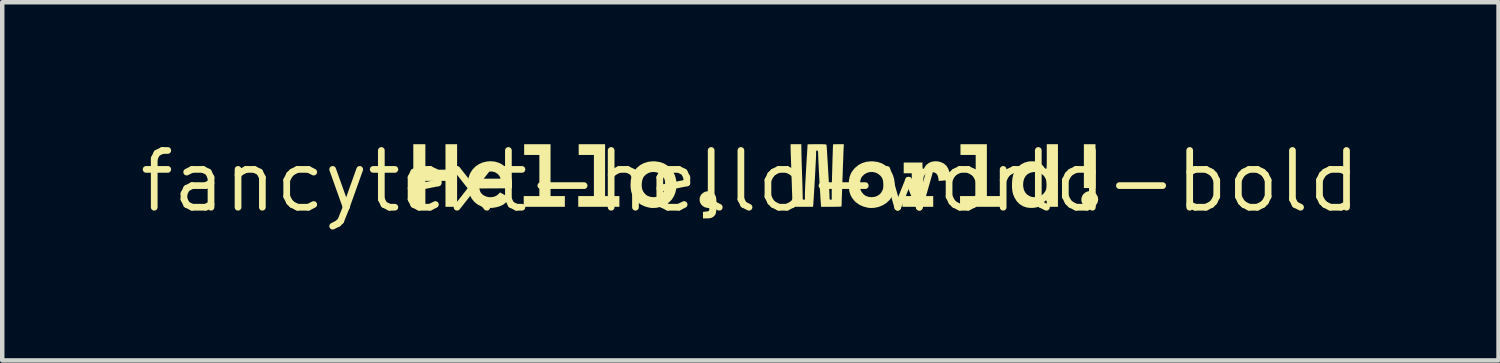
<source format=kicad_pcb>
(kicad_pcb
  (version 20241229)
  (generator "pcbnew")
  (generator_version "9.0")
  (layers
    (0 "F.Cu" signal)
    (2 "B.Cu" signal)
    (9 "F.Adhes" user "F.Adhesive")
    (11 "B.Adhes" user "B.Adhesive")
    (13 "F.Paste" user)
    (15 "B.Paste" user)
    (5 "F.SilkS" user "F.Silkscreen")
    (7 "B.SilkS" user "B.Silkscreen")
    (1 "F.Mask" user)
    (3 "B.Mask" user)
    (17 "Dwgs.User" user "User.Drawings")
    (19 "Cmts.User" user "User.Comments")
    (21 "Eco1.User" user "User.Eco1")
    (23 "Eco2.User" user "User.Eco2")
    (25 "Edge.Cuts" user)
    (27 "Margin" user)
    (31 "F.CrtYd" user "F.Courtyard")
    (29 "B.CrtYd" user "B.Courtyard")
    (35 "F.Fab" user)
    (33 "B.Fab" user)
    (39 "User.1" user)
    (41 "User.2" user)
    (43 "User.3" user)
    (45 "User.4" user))
  (footprint "fancytext-hello-world-bold"
    (layer "F.Cu")
    (at 13.735 1.006)
    (property "Reference" "fancytext-hello-world-bold" (at 0 0 0) (layer "F.SilkS") (effects (font (size 1.27 1.27) (thickness 0.15))))
    (attr board_only exclude_from_pos_files exclude_from_bom)
    (fp_poly (pts (xy 7.46 -0.34) (xy 7.46 -0.83) (xy 7.59 -0.83) (xy 7.72 -0.83) (xy 7.72 -0.34) (xy 7.72 0.15) (xy 7.59 0.15) (xy 7.46 0.15) (xy 7.46 -0.34)) (stroke (width 0) (type solid)) (fill yes) (layer "F.SilkS"))
    (fp_poly (pts (xy -5.07 0.45) (xy -5.07 0.33) (xy -4.895 0.33) (xy -4.72 0.33) (xy -4.72 -0.13) (xy -4.72 -0.59) (xy -4.89 -0.59) (xy -5.06 -0.59) (xy -5.06 -0.71) (xy -5.06 -0.83) (xy -4.765 -0.83) (xy -4.47 -0.83) (xy -4.47 -0.25) (xy -4.47 0.33) (xy -4.31 0.33) (xy -4.15 0.33) (xy -4.15 0.45) (xy -4.15 0.57) (xy -4.61 0.57) (xy -5.07 0.57) (xy -5.07 0.45)) (stroke (width 0) (type solid)) (fill yes) (layer "F.SilkS"))
    (fp_poly (pts (xy -3.85 0.45) (xy -3.85 0.33) (xy -3.675 0.33) (xy -3.5 0.33) (xy -3.5 -0.13) (xy -3.5 -0.59) (xy -3.67 -0.59) (xy -3.84 -0.59) (xy -3.84 -0.71) (xy -3.84 -0.83) (xy -3.545 -0.83) (xy -3.25 -0.83) (xy -3.25 -0.25) (xy -3.25 0.33) (xy -3.09 0.33) (xy -2.93 0.33) (xy -2.93 0.45) (xy -2.93 0.57) (xy -3.39 0.57) (xy -3.85 0.57) (xy -3.85 0.45)) (stroke (width 0) (type solid)) (fill yes) (layer "F.SilkS"))
    (fp_poly (pts (xy 4.69 0.45) (xy 4.69 0.33) (xy 4.865 0.33) (xy 5.04 0.33) (xy 5.04 -0.13) (xy 5.04 -0.59) (xy 4.87 -0.59) (xy 4.7 -0.59) (xy 4.7 -0.71) (xy 4.7 -0.83) (xy 4.995 -0.83) (xy 5.29 -0.83) (xy 5.29 -0.25) (xy 5.29 0.33) (xy 5.45 0.33) (xy 5.61 0.33) (xy 5.61 0.45) (xy 5.61 0.57) (xy 5.15 0.57) (xy 4.69 0.57) (xy 4.69 0.45)) (stroke (width 0) (type solid)) (fill yes) (layer "F.SilkS"))
    (fp_poly (pts (xy 7.54 0.589) (xy 7.484 0.562) (xy 7.441 0.521) (xy 7.413 0.468) (xy 7.404 0.433) (xy 7.405 0.377) (xy 7.425 0.322) (xy 7.453 0.283) (xy 7.498 0.245) (xy 7.549 0.224) (xy 7.603 0.219) (xy 7.655 0.229) (xy 7.703 0.254) (xy 7.742 0.292) (xy 7.769 0.343) (xy 7.771 0.347) (xy 7.78 0.403) (xy 7.772 0.458) (xy 7.75 0.506) (xy 7.716 0.547) (xy 7.672 0.577) (xy 7.621 0.594) (xy 7.566 0.594) (xy 7.54 0.589)) (stroke (width 0) (type solid)) (fill yes) (layer "F.SilkS"))
    (fp_poly (pts (xy -7.54 -0.13) (xy -7.54 -0.83) (xy -7.405 -0.83) (xy -7.27 -0.83) (xy -7.27 -0.545) (xy -7.27 -0.26) (xy -7.045 -0.26) (xy -6.82 -0.26) (xy -6.82 -0.545) (xy -6.82 -0.83) (xy -6.69 -0.83) (xy -6.56 -0.83) (xy -6.56 -0.13) (xy -6.56 0.57) (xy -6.69 0.57) (xy -6.82 0.57) (xy -6.82 0.28) (xy -6.82 -0.01) (xy -7.045 -0.01) (xy -7.27 -0.01) (xy -7.27 0.28) (xy -7.27 0.57) (xy -7.405 0.57) (xy -7.54 0.57) (xy -7.54 -0.13)) (stroke (width 0) (type solid)) (fill yes) (layer "F.SilkS"))
    (fp_poly (pts (xy -1.06 0.756) (xy -1.06 0.683) (xy -0.999 0.677) (xy -0.959 0.672) (xy -0.935 0.665) (xy -0.923 0.652) (xy -0.918 0.631) (xy -0.917 0.626) (xy -0.918 0.608) (xy -0.926 0.6) (xy -0.948 0.596) (xy -0.957 0.595) (xy -1.016 0.582) (xy -1.064 0.554) (xy -1.102 0.516) (xy -1.127 0.469) (xy -1.137 0.418) (xy -1.132 0.364) (xy -1.11 0.312) (xy -1.093 0.289) (xy -1.049 0.251) (xy -0.998 0.228) (xy -0.945 0.221) (xy -0.891 0.229) (xy -0.843 0.252) (xy -0.802 0.289) (xy -0.781 0.322) (xy -0.773 0.341) (xy -0.767 0.361) (xy -0.764 0.385) (xy -0.761 0.418) (xy -0.76 0.463) (xy -0.76 0.524) (xy -0.76 0.528) (xy -0.761 0.597) (xy -0.762 0.649) (xy -0.767 0.689) (xy -0.773 0.719) (xy -0.784 0.742) (xy -0.798 0.763) (xy -0.808 0.774) (xy -0.84 0.801) (xy -0.877 0.819) (xy -0.925 0.828) (xy -0.98 0.83) (xy -1.06 0.83) (xy -1.06 0.756)) (stroke (width 0) (type solid)) (fill yes) (layer "F.SilkS"))
    (fp_poly (pts (xy 3.4 0.45) (xy 3.4 0.33) (xy 3.505 0.33) (xy 3.61 0.33) (xy 3.61 0.075) (xy 3.61 -0.18) (xy 3.52 -0.18) (xy 3.43 -0.18) (xy 3.43 -0.3) (xy 3.43 -0.42) (xy 3.64 -0.42) (xy 3.85 -0.42) (xy 3.85 -0.35) (xy 3.851 -0.313) (xy 3.853 -0.292) (xy 3.859 -0.282) (xy 3.869 -0.28) (xy 3.869 -0.28) (xy 3.887 -0.289) (xy 3.894 -0.306) (xy 3.905 -0.326) (xy 3.925 -0.354) (xy 3.945 -0.375) (xy 3.997 -0.414) (xy 4.059 -0.439) (xy 4.127 -0.449) (xy 4.197 -0.446) (xy 4.265 -0.428) (xy 4.327 -0.398) (xy 4.379 -0.354) (xy 4.385 -0.348) (xy 4.424 -0.287) (xy 4.451 -0.212) (xy 4.466 -0.122) (xy 4.466 -0.116) (xy 4.473 -0.033) (xy 4.414 -0.027) (xy 4.371 -0.022) (xy 4.321 -0.018) (xy 4.284 -0.014) (xy 4.213 -0.008) (xy 4.207 -0.06) (xy 4.193 -0.12) (xy 4.168 -0.164) (xy 4.13 -0.193) (xy 4.079 -0.207) (xy 4.029 -0.208) (xy 3.99 -0.205) (xy 3.964 -0.199) (xy 3.944 -0.187) (xy 3.929 -0.175) (xy 3.909 -0.155) (xy 3.894 -0.136) (xy 3.882 -0.115) (xy 3.874 -0.09) (xy 3.869 -0.057) (xy 3.865 -0.013) (xy 3.863 0.045) (xy 3.862 0.12) (xy 3.862 0.122) (xy 3.858 0.33) (xy 3.974 0.33) (xy 4.09 0.33) (xy 4.09 0.45) (xy 4.09 0.57) (xy 3.745 0.57) (xy 3.4 0.57) (xy 3.4 0.45)) (stroke (width 0) (type solid)) (fill yes) (layer "F.SilkS"))
    (fp_poly (pts (xy -5.714 -0.441) (xy -5.625 -0.414) (xy -5.545 -0.372) (xy -5.476 -0.315) (xy -5.419 -0.245) (xy -5.375 -0.164) (xy -5.345 -0.072) (xy -5.332 0.028) (xy -5.332 0.1) (xy -5.335 0.155) (xy -5.699 0.158) (xy -6.062 0.16) (xy -6.056 0.192) (xy -6.036 0.244) (xy -6.002 0.287) (xy -5.955 0.32) (xy -5.901 0.343) (xy -5.842 0.355) (xy -5.781 0.354) (xy -5.723 0.341) (xy -5.669 0.314) (xy -5.634 0.284) (xy -5.6 0.249) (xy -5.496 0.306) (xy -5.392 0.364) (xy -5.406 0.393) (xy -5.434 0.434) (xy -5.474 0.477) (xy -5.517 0.514) (xy -5.537 0.527) (xy -5.605 0.558) (xy -5.684 0.58) (xy -5.769 0.594) (xy -5.853 0.596) (xy -5.915 0.59) (xy -6.013 0.563) (xy -6.099 0.52) (xy -6.172 0.462) (xy -6.232 0.39) (xy -6.277 0.305) (xy -6.305 0.218) (xy -6.315 0.153) (xy -6.319 0.078) (xy -6.316 0.001) (xy -6.308 -0.06) (xy -6.06 -0.06) (xy -5.589 -0.06) (xy -5.595 -0.083) (xy -5.619 -0.13) (xy -5.659 -0.171) (xy -5.71 -0.201) (xy -5.729 -0.209) (xy -5.769 -0.217) (xy -5.819 -0.22) (xy -5.87 -0.217) (xy -5.914 -0.209) (xy -5.928 -0.204) (xy -5.981 -0.172) (xy -6.025 -0.124) (xy -6.041 -0.098) (xy -6.06 -0.06) (xy -6.308 -0.06) (xy -6.307 -0.068) (xy -6.302 -0.091) (xy -6.268 -0.18) (xy -6.219 -0.259) (xy -6.156 -0.326) (xy -6.08 -0.38) (xy -5.994 -0.42) (xy -5.899 -0.443) (xy -5.812 -0.45)) (stroke (width 0) (type solid)) (fill yes) (layer "F.SilkS"))
    (fp_poly (pts (xy -2.135 -0.447) (xy -2.035 -0.433) (xy -1.946 -0.405) (xy -1.867 -0.36) (xy -1.794 -0.299) (xy -1.783 -0.287) (xy -1.728 -0.215) (xy -1.688 -0.132) (xy -1.662 -0.042) (xy -1.651 0.052) (xy -1.655 0.147) (xy -1.673 0.239) (xy -1.706 0.326) (xy -1.754 0.404) (xy -1.773 0.425) (xy -1.839 0.486) (xy -1.918 0.535) (xy -2.005 0.571) (xy -2.098 0.592) (xy -2.191 0.597) (xy -2.254 0.59) (xy -2.354 0.564) (xy -2.441 0.525) (xy -2.517 0.471) (xy -2.544 0.445) (xy -2.599 0.38) (xy -2.639 0.31) (xy -2.665 0.23) (xy -2.678 0.139) (xy -2.68 0.086) (xy -2.431 0.086) (xy -2.425 0.148) (xy -2.416 0.188) (xy -2.391 0.238) (xy -2.353 0.285) (xy -2.309 0.32) (xy -2.3 0.325) (xy -2.237 0.347) (xy -2.168 0.355) (xy -2.1 0.347) (xy -2.045 0.328) (xy -1.998 0.299) (xy -1.963 0.265) (xy -1.934 0.218) (xy -1.932 0.215) (xy -1.919 0.185) (xy -1.911 0.156) (xy -1.907 0.121) (xy -1.906 0.08) (xy -1.909 0.014) (xy -1.918 -0.037) (xy -1.937 -0.08) (xy -1.965 -0.119) (xy -1.968 -0.122) (xy -2.021 -0.167) (xy -2.081 -0.196) (xy -2.146 -0.209) (xy -2.211 -0.207) (xy -2.274 -0.189) (xy -2.33 -0.157) (xy -2.378 -0.111) (xy -2.396 -0.084) (xy -2.415 -0.037) (xy -2.427 0.022) (xy -2.431 0.086) (xy -2.68 0.086) (xy -2.68 0.075) (xy -2.675 -0.024) (xy -2.657 -0.109) (xy -2.627 -0.185) (xy -2.582 -0.253) (xy -2.539 -0.301) (xy -2.464 -0.364) (xy -2.379 -0.409) (xy -2.285 -0.437) (xy -2.183 -0.448)) (stroke (width 0) (type solid)) (fill yes) (layer "F.SilkS"))
    (fp_poly (pts (xy 2.745 -0.447) (xy 2.845 -0.433) (xy 2.934 -0.405) (xy 3.013 -0.36) (xy 3.086 -0.299) (xy 3.097 -0.287) (xy 3.152 -0.215) (xy 3.192 -0.132) (xy 3.218 -0.042) (xy 3.229 0.052) (xy 3.225 0.147) (xy 3.207 0.239) (xy 3.174 0.326) (xy 3.126 0.404) (xy 3.107 0.425) (xy 3.041 0.486) (xy 2.962 0.535) (xy 2.875 0.571) (xy 2.782 0.592) (xy 2.689 0.597) (xy 2.626 0.59) (xy 2.526 0.564) (xy 2.439 0.525) (xy 2.363 0.471) (xy 2.336 0.445) (xy 2.281 0.38) (xy 2.241 0.31) (xy 2.215 0.23) (xy 2.202 0.139) (xy 2.2 0.086) (xy 2.449 0.086) (xy 2.455 0.148) (xy 2.464 0.188) (xy 2.489 0.238) (xy 2.527 0.285) (xy 2.571 0.32) (xy 2.58 0.325) (xy 2.643 0.347) (xy 2.712 0.355) (xy 2.78 0.347) (xy 2.835 0.328) (xy 2.882 0.299) (xy 2.917 0.265) (xy 2.946 0.218) (xy 2.948 0.215) (xy 2.961 0.185) (xy 2.969 0.156) (xy 2.973 0.121) (xy 2.974 0.08) (xy 2.971 0.014) (xy 2.962 -0.037) (xy 2.943 -0.08) (xy 2.915 -0.119) (xy 2.912 -0.122) (xy 2.859 -0.167) (xy 2.799 -0.196) (xy 2.734 -0.209) (xy 2.669 -0.207) (xy 2.606 -0.189) (xy 2.55 -0.157) (xy 2.502 -0.111) (xy 2.484 -0.084) (xy 2.465 -0.037) (xy 2.453 0.022) (xy 2.449 0.086) (xy 2.2 0.086) (xy 2.2 0.075) (xy 2.205 -0.024) (xy 2.223 -0.109) (xy 2.253 -0.185) (xy 2.298 -0.253) (xy 2.341 -0.301) (xy 2.416 -0.364) (xy 2.501 -0.409) (xy 2.595 -0.437) (xy 2.697 -0.448)) (stroke (width 0) (type solid)) (fill yes) (layer "F.SilkS"))
    (fp_poly (pts (xy 6.88 0.57) (xy 6.63 0.57) (xy 6.63 0.5) (xy 6.629 0.463) (xy 6.627 0.442) (xy 6.621 0.432) (xy 6.611 0.43) (xy 6.611 0.43) (xy 6.594 0.438) (xy 6.574 0.459) (xy 6.567 0.469) (xy 6.519 0.523) (xy 6.459 0.563) (xy 6.432 0.574) (xy 6.375 0.588) (xy 6.308 0.595) (xy 6.24 0.593) (xy 6.181 0.585) (xy 6.097 0.557) (xy 6.025 0.512) (xy 5.963 0.451) (xy 5.913 0.373) (xy 5.905 0.357) (xy 5.877 0.289) (xy 5.86 0.215) (xy 5.852 0.132) (xy 5.852 0.088) (xy 6.101 0.088) (xy 6.102 0.104) (xy 6.115 0.18) (xy 6.144 0.243) (xy 6.187 0.294) (xy 6.245 0.331) (xy 6.288 0.347) (xy 6.347 0.355) (xy 6.412 0.351) (xy 6.472 0.336) (xy 6.484 0.331) (xy 6.527 0.304) (xy 6.567 0.265) (xy 6.6 0.218) (xy 6.608 0.201) (xy 6.619 0.161) (xy 6.624 0.11) (xy 6.624 0.053) (xy 6.619 -0.002) (xy 6.609 -0.047) (xy 6.604 -0.061) (xy 6.566 -0.121) (xy 6.516 -0.166) (xy 6.455 -0.196) (xy 6.383 -0.208) (xy 6.339 -0.208) (xy 6.267 -0.194) (xy 6.207 -0.165) (xy 6.16 -0.121) (xy 6.126 -0.064) (xy 6.106 0.006) (xy 6.101 0.088) (xy 5.852 0.088) (xy 5.853 0.034) (xy 5.853 0.03) (xy 5.861 -0.061) (xy 5.876 -0.137) (xy 5.902 -0.203) (xy 5.938 -0.263) (xy 5.987 -0.321) (xy 6.056 -0.379) (xy 6.134 -0.42) (xy 6.221 -0.443) (xy 6.258 -0.447) (xy 6.345 -0.447) (xy 6.419 -0.433) (xy 6.482 -0.404) (xy 6.535 -0.359) (xy 6.562 -0.325) (xy 6.583 -0.299) (xy 6.603 -0.283) (xy 6.612 -0.28) (xy 6.617 -0.281) (xy 6.621 -0.286) (xy 6.625 -0.296) (xy 6.627 -0.314) (xy 6.628 -0.343) (xy 6.629 -0.383) (xy 6.63 -0.438) (xy 6.63 -0.51) (xy 6.63 -0.555) (xy 6.63 -0.83) (xy 6.88 -0.83)) (stroke (width 0) (type solid)) (fill yes) (layer "F.SilkS"))
    (fp_poly (pts (xy 0.94 0.497) (xy 0.939 0.474) (xy 0.938 0.432) (xy 0.937 0.375) (xy 0.935 0.304) (xy 0.932 0.222) (xy 0.929 0.13) (xy 0.926 0.031) (xy 0.922 -0.073) (xy 0.92 -0.13) (xy 0.916 -0.236) (xy 0.913 -0.338) (xy 0.91 -0.434) (xy 0.907 -0.522) (xy 0.904 -0.599) (xy 0.902 -0.664) (xy 0.901 -0.714) (xy 0.9 -0.747) (xy 0.9 -0.757) (xy 0.9 -0.83) (xy 1.02 -0.83) (xy 1.14 -0.83) (xy 1.14 -0.738) (xy 1.141 -0.708) (xy 1.142 -0.661) (xy 1.143 -0.599) (xy 1.145 -0.525) (xy 1.147 -0.441) (xy 1.15 -0.35) (xy 1.153 -0.255) (xy 1.155 -0.2) (xy 1.158 -0.104) (xy 1.161 -0.011) (xy 1.164 0.075) (xy 1.166 0.154) (xy 1.168 0.221) (xy 1.169 0.275) (xy 1.17 0.313) (xy 1.17 0.328) (xy 1.17 0.368) (xy 1.172 0.392) (xy 1.176 0.405) (xy 1.184 0.409) (xy 1.195 0.41) (xy 1.22 0.41) (xy 1.22 0.282) (xy 1.221 0.246) (xy 1.223 0.193) (xy 1.225 0.125) (xy 1.229 0.044) (xy 1.234 -0.045) (xy 1.239 -0.142) (xy 1.245 -0.243) (xy 1.25 -0.335) (xy 1.256 -0.432) (xy 1.261 -0.523) (xy 1.267 -0.605) (xy 1.271 -0.677) (xy 1.275 -0.738) (xy 1.277 -0.784) (xy 1.279 -0.815) (xy 1.28 -0.827) (xy 1.28 -0.828) (xy 1.29 -0.828) (xy 1.316 -0.829) (xy 1.357 -0.829) (xy 1.409 -0.83) (xy 1.469 -0.83) (xy 1.49 -0.83) (xy 1.56 -0.83) (xy 1.612 -0.83) (xy 1.649 -0.829) (xy 1.675 -0.827) (xy 1.69 -0.824) (xy 1.699 -0.82) (xy 1.702 -0.814) (xy 1.704 -0.807) (xy 1.706 -0.792) (xy 1.708 -0.759) (xy 1.712 -0.711) (xy 1.716 -0.649) (xy 1.72 -0.576) (xy 1.725 -0.495) (xy 1.731 -0.407) (xy 1.736 -0.315) (xy 1.741 -0.221) (xy 1.747 -0.127) (xy 1.752 -0.035) (xy 1.757 0.052) (xy 1.761 0.131) (xy 1.764 0.202) (xy 1.767 0.261) (xy 1.769 0.307) (xy 1.77 0.336) (xy 1.77 0.343) (xy 1.77 0.378) (xy 1.773 0.398) (xy 1.779 0.408) (xy 1.79 0.41) (xy 1.795 0.41) (xy 1.82 0.41) (xy 1.82 0.223) (xy 1.821 0.189) (xy 1.821 0.14) (xy 1.823 0.079) (xy 1.824 0.007) (xy 1.826 -0.073) (xy 1.828 -0.159) (xy 1.831 -0.249) (xy 1.833 -0.34) (xy 1.836 -0.429) (xy 1.838 -0.515) (xy 1.841 -0.596) (xy 1.843 -0.668) (xy 1.845 -0.729) (xy 1.847 -0.778) (xy 1.849 -0.811) (xy 1.85 -0.827) (xy 1.85 -0.828) (xy 1.859 -0.828) (xy 1.885 -0.829) (xy 1.923 -0.83) (xy 1.969 -0.83) (xy 1.97 -0.83) (xy 2.091 -0.83) (xy 2.085 -0.718) (xy 2.084 -0.693) (xy 2.082 -0.652) (xy 2.08 -0.597) (xy 2.078 -0.528) (xy 2.075 -0.449) (xy 2.071 -0.362) (xy 2.068 -0.268) (xy 2.065 -0.171) (xy 2.061 -0.071) (xy 2.058 0.028) (xy 2.054 0.125) (xy 2.051 0.218) (xy 2.048 0.304) (xy 2.045 0.381) (xy 2.043 0.447) (xy 2.042 0.5) (xy 2.04 0.537) (xy 2.04 0.557) (xy 2.04 0.559) (xy 2.032 0.563) (xy 2.009 0.566) (xy 1.969 0.568) (xy 1.911 0.569) (xy 1.834 0.57) (xy 1.811 0.57) (xy 1.582 0.57) (xy 1.576 0.492) (xy 1.573 0.447) (xy 1.568 0.386) (xy 1.564 0.312) (xy 1.559 0.228) (xy 1.553 0.137) (xy 1.548 0.041) (xy 1.542 -0.057) (xy 1.537 -0.154) (xy 1.532 -0.247) (xy 1.528 -0.333) (xy 1.524 -0.411) (xy 1.521 -0.477) (xy 1.519 -0.528) (xy 1.518 -0.56) (xy 1.516 -0.612) (xy 1.515 -0.647) (xy 1.512 -0.669) (xy 1.508 -0.681) (xy 1.501 -0.686) (xy 1.492 -0.688) (xy 1.481 -0.689) (xy 1.475 -0.684) (xy 1.471 -0.669) (xy 1.47 -0.641) (xy 1.47 -0.613) (xy 1.47 -0.589) (xy 1.468 -0.548) (xy 1.466 -0.493) (xy 1.462 -0.425) (xy 1.458 -0.348) (xy 1.454 -0.263) (xy 1.449 -0.172) (xy 1.444 -0.078) (xy 1.438 0.017) (xy 1.433 0.111) (xy 1.427 0.201) (xy 1.422 0.286) (xy 1.418 0.362) (xy 1.413 0.429) (xy 1.41 0.483) (xy 1.407 0.522) (xy 1.405 0.544) (xy 1.404 0.547) (xy 1.4 0.57) (xy 1.17 0.57) (xy 0.94 0.57) (xy 0.94 0.497)) (stroke (width 0) (type solid)) (fill yes) (layer "F.SilkS")))
  (gr_rect
    (start -3 -3)
    (end 30.471 5.012)
    (stroke (width 0.1) (type default))
    (fill no)
    (layer "Edge.Cuts")))
</source>
